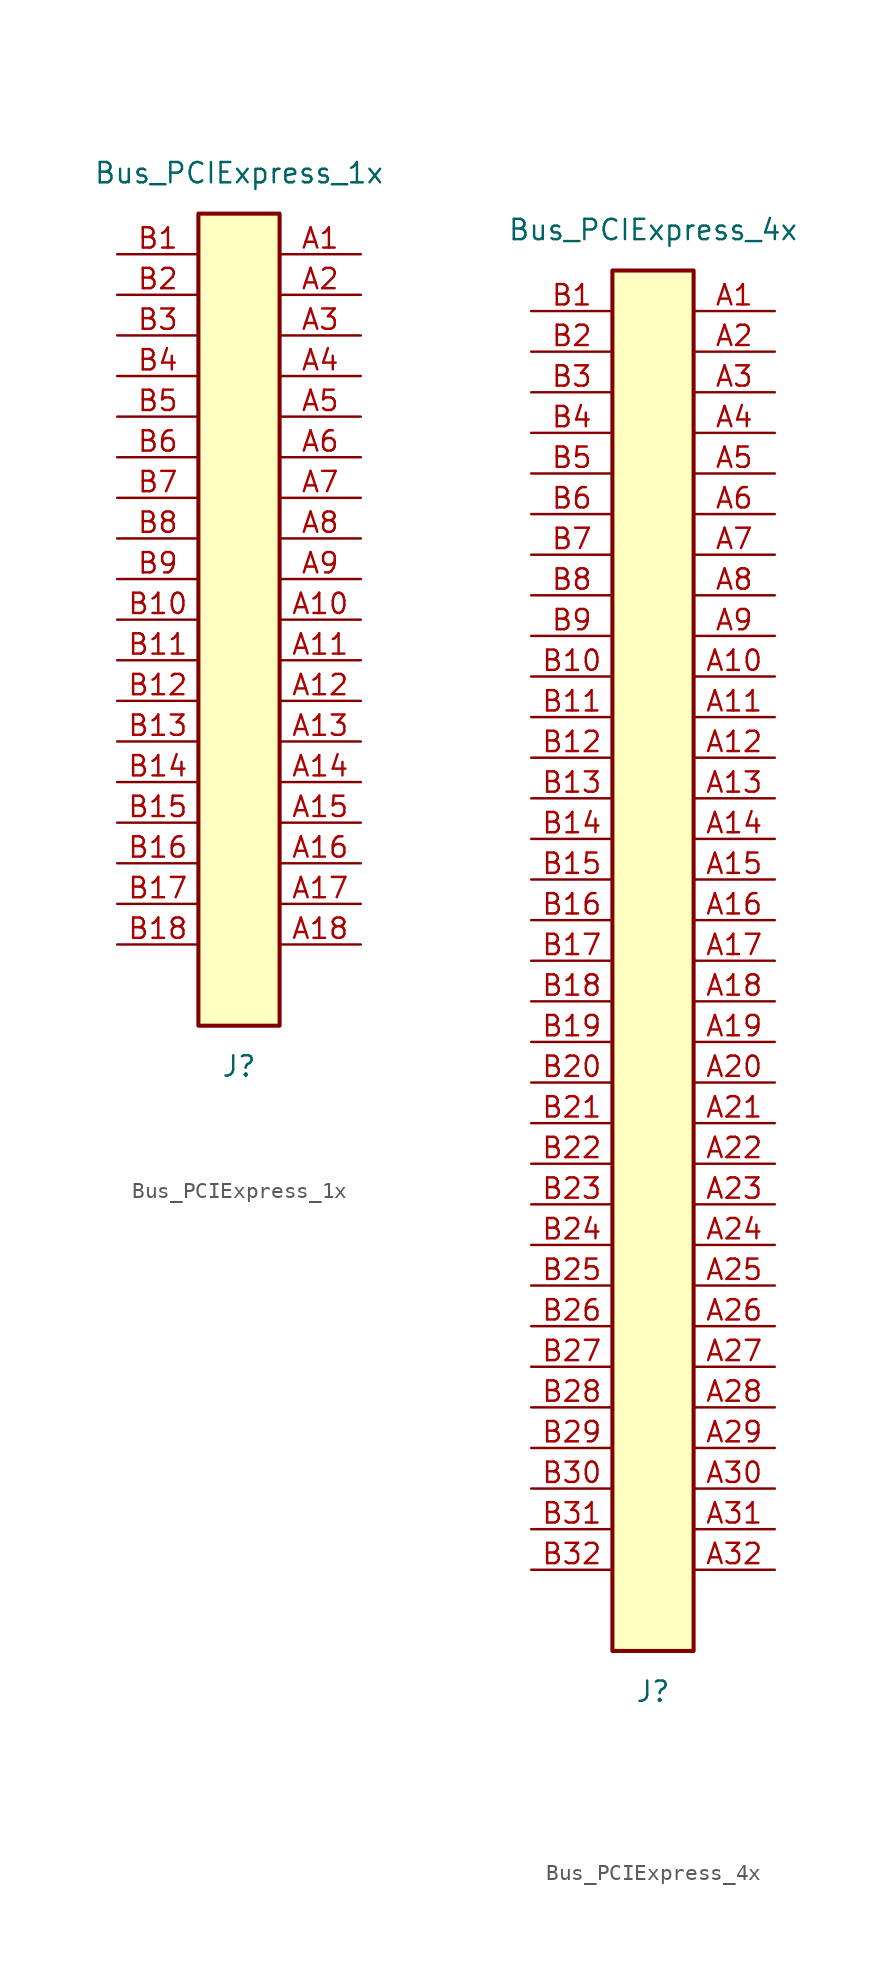
<source format=kicad_sym>
(kicad_symbol_lib
  (version 20211014)
  (generator kicad_symbol_editor)
  (symbol "Bus_PCIExpress_1x"
    (property "Reference" "J"
      (at 0 -27.94 0)
      (effects (font (size 1.27 1.27))))
    (property "Value" "Bus_PCIExpress_1x"
      (at 0 27.94 0)
      (effects (font (size 1.27 1.27))))
    (symbol "Bus_PCIExpress_1x_0_1"
      (rectangle (start -2.54 25.4) (end 2.54 -25.4) (stroke (width 0.254) (type default) (color 0 0 0 0)) (fill (type background))))
    (symbol "Bus_PCIExpress_1x_1_1"
      (pin passive line (at 7.62 22.86 180) (length 5.08) (name "~" (effects (font (size 1.27 1.27)))) (number "A1" (effects (font (size 1.27 1.27)))))
      (pin passive line (at 7.62 0 180) (length 5.08) (name "~" (effects (font (size 1.27 1.27)))) (number "A10" (effects (font (size 1.27 1.27)))))
      (pin passive line (at 7.62 -2.54 180) (length 5.08) (name "~" (effects (font (size 1.27 1.27)))) (number "A11" (effects (font (size 1.27 1.27)))))
      (pin passive line (at 7.62 -5.08 180) (length 5.08) (name "~" (effects (font (size 1.27 1.27)))) (number "A12" (effects (font (size 1.27 1.27)))))
      (pin passive line (at 7.62 -7.62 180) (length 5.08) (name "~" (effects (font (size 1.27 1.27)))) (number "A13" (effects (font (size 1.27 1.27)))))
      (pin passive line (at 7.62 -10.16 180) (length 5.08) (name "~" (effects (font (size 1.27 1.27)))) (number "A14" (effects (font (size 1.27 1.27)))))
      (pin passive line (at 7.62 -12.7 180) (length 5.08) (name "~" (effects (font (size 1.27 1.27)))) (number "A15" (effects (font (size 1.27 1.27)))))
      (pin passive line (at 7.62 -15.24 180) (length 5.08) (name "~" (effects (font (size 1.27 1.27)))) (number "A16" (effects (font (size 1.27 1.27)))))
      (pin passive line (at 7.62 -17.78 180) (length 5.08) (name "~" (effects (font (size 1.27 1.27)))) (number "A17" (effects (font (size 1.27 1.27)))))
      (pin passive line (at 7.62 -20.32 180) (length 5.08) (name "~" (effects (font (size 1.27 1.27)))) (number "A18" (effects (font (size 1.27 1.27)))))
      (pin passive line (at 7.62 20.32 180) (length 5.08) (name "~" (effects (font (size 1.27 1.27)))) (number "A2" (effects (font (size 1.27 1.27)))))
      (pin passive line (at 7.62 17.78 180) (length 5.08) (name "~" (effects (font (size 1.27 1.27)))) (number "A3" (effects (font (size 1.27 1.27)))))
      (pin passive line (at 7.62 15.24 180) (length 5.08) (name "~" (effects (font (size 1.27 1.27)))) (number "A4" (effects (font (size 1.27 1.27)))))
      (pin passive line (at 7.62 12.7 180) (length 5.08) (name "~" (effects (font (size 1.27 1.27)))) (number "A5" (effects (font (size 1.27 1.27)))))
      (pin passive line (at 7.62 10.16 180) (length 5.08) (name "~" (effects (font (size 1.27 1.27)))) (number "A6" (effects (font (size 1.27 1.27)))))
      (pin passive line (at 7.62 7.62 180) (length 5.08) (name "~" (effects (font (size 1.27 1.27)))) (number "A7" (effects (font (size 1.27 1.27)))))
      (pin passive line (at 7.62 5.08 180) (length 5.08) (name "~" (effects (font (size 1.27 1.27)))) (number "A8" (effects (font (size 1.27 1.27)))))
      (pin passive line (at 7.62 2.54 180) (length 5.08) (name "~" (effects (font (size 1.27 1.27)))) (number "A9" (effects (font (size 1.27 1.27)))))
      (pin passive line (at -7.62 22.86 0) (length 5.08) (name "~" (effects (font (size 1.27 1.27)))) (number "B1" (effects (font (size 1.27 1.27)))))
      (pin passive line (at -7.62 0 0) (length 5.08) (name "~" (effects (font (size 1.27 1.27)))) (number "B10" (effects (font (size 1.27 1.27)))))
      (pin passive line (at -7.62 -2.54 0) (length 5.08) (name "~" (effects (font (size 1.27 1.27)))) (number "B11" (effects (font (size 1.27 1.27)))))
      (pin passive line (at -7.62 -5.08 0) (length 5.08) (name "~" (effects (font (size 1.27 1.27)))) (number "B12" (effects (font (size 1.27 1.27)))))
      (pin passive line (at -7.62 -7.62 0) (length 5.08) (name "~" (effects (font (size 1.27 1.27)))) (number "B13" (effects (font (size 1.27 1.27)))))
      (pin passive line (at -7.62 -10.16 0) (length 5.08) (name "~" (effects (font (size 1.27 1.27)))) (number "B14" (effects (font (size 1.27 1.27)))))
      (pin passive line (at -7.62 -12.7 0) (length 5.08) (name "~" (effects (font (size 1.27 1.27)))) (number "B15" (effects (font (size 1.27 1.27)))))
      (pin passive line (at -7.62 -15.24 0) (length 5.08) (name "~" (effects (font (size 1.27 1.27)))) (number "B16" (effects (font (size 1.27 1.27)))))
      (pin passive line (at -7.62 -17.78 0) (length 5.08) (name "~" (effects (font (size 1.27 1.27)))) (number "B17" (effects (font (size 1.27 1.27)))))
      (pin passive line (at -7.62 -20.32 0) (length 5.08) (name "~" (effects (font (size 1.27 1.27)))) (number "B18" (effects (font (size 1.27 1.27)))))
      (pin passive line (at -7.62 20.32 0) (length 5.08) (name "~" (effects (font (size 1.27 1.27)))) (number "B2" (effects (font (size 1.27 1.27)))))
      (pin passive line (at -7.62 17.78 0) (length 5.08) (name "~" (effects (font (size 1.27 1.27)))) (number "B3" (effects (font (size 1.27 1.27)))))
      (pin passive line (at -7.62 15.24 0) (length 5.08) (name "~" (effects (font (size 1.27 1.27)))) (number "B4" (effects (font (size 1.27 1.27)))))
      (pin passive line (at -7.62 12.7 0) (length 5.08) (name "~" (effects (font (size 1.27 1.27)))) (number "B5" (effects (font (size 1.27 1.27)))))
      (pin passive line (at -7.62 10.16 0) (length 5.08) (name "~" (effects (font (size 1.27 1.27)))) (number "B6" (effects (font (size 1.27 1.27)))))
      (pin passive line (at -7.62 7.62 0) (length 5.08) (name "~" (effects (font (size 1.27 1.27)))) (number "B7" (effects (font (size 1.27 1.27)))))
      (pin passive line (at -7.62 5.08 0) (length 5.08) (name "~" (effects (font (size 1.27 1.27)))) (number "B8" (effects (font (size 1.27 1.27)))))
      (pin passive line (at -7.62 2.54 0) (length 5.08) (name "~" (effects (font (size 1.27 1.27)))) (number "B9" (effects (font (size 1.27 1.27)))))))
  (symbol "Bus_PCIExpress_4x"
    (property "Reference" "J"
      (at 0 -45.72 0)
      (effects (font (size 1.27 1.27))))
    (property "Value" "Bus_PCIExpress_4x"
      (at 0 45.72 0)
      (effects (font (size 1.27 1.27))))
    (symbol "Bus_PCIExpress_4x_0_1"
      (rectangle (start -2.54 43.18) (end 2.54 -43.18) (stroke (width 0.254) (type default) (color 0 0 0 0)) (fill (type background))))
    (symbol "Bus_PCIExpress_4x_1_1"
      (pin passive line (at 7.62 40.64 180) (length 5.08) (name "~" (effects (font (size 1.27 1.27)))) (number "A1" (effects (font (size 1.27 1.27)))))
      (pin passive line (at 7.62 17.78 180) (length 5.08) (name "~" (effects (font (size 1.27 1.27)))) (number "A10" (effects (font (size 1.27 1.27)))))
      (pin passive line (at 7.62 15.24 180) (length 5.08) (name "~" (effects (font (size 1.27 1.27)))) (number "A11" (effects (font (size 1.27 1.27)))))
      (pin passive line (at 7.62 12.7 180) (length 5.08) (name "~" (effects (font (size 1.27 1.27)))) (number "A12" (effects (font (size 1.27 1.27)))))
      (pin passive line (at 7.62 10.16 180) (length 5.08) (name "~" (effects (font (size 1.27 1.27)))) (number "A13" (effects (font (size 1.27 1.27)))))
      (pin passive line (at 7.62 7.62 180) (length 5.08) (name "~" (effects (font (size 1.27 1.27)))) (number "A14" (effects (font (size 1.27 1.27)))))
      (pin passive line (at 7.62 5.08 180) (length 5.08) (name "~" (effects (font (size 1.27 1.27)))) (number "A15" (effects (font (size 1.27 1.27)))))
      (pin passive line (at 7.62 2.54 180) (length 5.08) (name "~" (effects (font (size 1.27 1.27)))) (number "A16" (effects (font (size 1.27 1.27)))))
      (pin passive line (at 7.62 0 180) (length 5.08) (name "~" (effects (font (size 1.27 1.27)))) (number "A17" (effects (font (size 1.27 1.27)))))
      (pin passive line (at 7.62 -2.54 180) (length 5.08) (name "~" (effects (font (size 1.27 1.27)))) (number "A18" (effects (font (size 1.27 1.27)))))
      (pin passive line (at 7.62 -5.08 180) (length 5.08) (name "~" (effects (font (size 1.27 1.27)))) (number "A19" (effects (font (size 1.27 1.27)))))
      (pin passive line (at 7.62 38.1 180) (length 5.08) (name "~" (effects (font (size 1.27 1.27)))) (number "A2" (effects (font (size 1.27 1.27)))))
      (pin passive line (at 7.62 -7.62 180) (length 5.08) (name "~" (effects (font (size 1.27 1.27)))) (number "A20" (effects (font (size 1.27 1.27)))))
      (pin passive line (at 7.62 -10.16 180) (length 5.08) (name "~" (effects (font (size 1.27 1.27)))) (number "A21" (effects (font (size 1.27 1.27)))))
      (pin passive line (at 7.62 -12.7 180) (length 5.08) (name "~" (effects (font (size 1.27 1.27)))) (number "A22" (effects (font (size 1.27 1.27)))))
      (pin passive line (at 7.62 -15.24 180) (length 5.08) (name "~" (effects (font (size 1.27 1.27)))) (number "A23" (effects (font (size 1.27 1.27)))))
      (pin passive line (at 7.62 -17.78 180) (length 5.08) (name "~" (effects (font (size 1.27 1.27)))) (number "A24" (effects (font (size 1.27 1.27)))))
      (pin passive line (at 7.62 -20.32 180) (length 5.08) (name "~" (effects (font (size 1.27 1.27)))) (number "A25" (effects (font (size 1.27 1.27)))))
      (pin passive line (at 7.62 -22.86 180) (length 5.08) (name "~" (effects (font (size 1.27 1.27)))) (number "A26" (effects (font (size 1.27 1.27)))))
      (pin passive line (at 7.62 -25.4 180) (length 5.08) (name "~" (effects (font (size 1.27 1.27)))) (number "A27" (effects (font (size 1.27 1.27)))))
      (pin passive line (at 7.62 -27.94 180) (length 5.08) (name "~" (effects (font (size 1.27 1.27)))) (number "A28" (effects (font (size 1.27 1.27)))))
      (pin passive line (at 7.62 -30.48 180) (length 5.08) (name "~" (effects (font (size 1.27 1.27)))) (number "A29" (effects (font (size 1.27 1.27)))))
      (pin passive line (at 7.62 35.56 180) (length 5.08) (name "~" (effects (font (size 1.27 1.27)))) (number "A3" (effects (font (size 1.27 1.27)))))
      (pin passive line (at 7.62 -33.02 180) (length 5.08) (name "~" (effects (font (size 1.27 1.27)))) (number "A30" (effects (font (size 1.27 1.27)))))
      (pin passive line (at 7.62 -35.56 180) (length 5.08) (name "~" (effects (font (size 1.27 1.27)))) (number "A31" (effects (font (size 1.27 1.27)))))
      (pin passive line (at 7.62 -38.1 180) (length 5.08) (name "~" (effects (font (size 1.27 1.27)))) (number "A32" (effects (font (size 1.27 1.27)))))
      (pin passive line (at 7.62 33.02 180) (length 5.08) (name "~" (effects (font (size 1.27 1.27)))) (number "A4" (effects (font (size 1.27 1.27)))))
      (pin passive line (at 7.62 30.48 180) (length 5.08) (name "~" (effects (font (size 1.27 1.27)))) (number "A5" (effects (font (size 1.27 1.27)))))
      (pin passive line (at 7.62 27.94 180) (length 5.08) (name "~" (effects (font (size 1.27 1.27)))) (number "A6" (effects (font (size 1.27 1.27)))))
      (pin passive line (at 7.62 25.4 180) (length 5.08) (name "~" (effects (font (size 1.27 1.27)))) (number "A7" (effects (font (size 1.27 1.27)))))
      (pin passive line (at 7.62 22.86 180) (length 5.08) (name "~" (effects (font (size 1.27 1.27)))) (number "A8" (effects (font (size 1.27 1.27)))))
      (pin passive line (at 7.62 20.32 180) (length 5.08) (name "~" (effects (font (size 1.27 1.27)))) (number "A9" (effects (font (size 1.27 1.27)))))
      (pin passive line (at -7.62 40.64 0) (length 5.08) (name "~" (effects (font (size 1.27 1.27)))) (number "B1" (effects (font (size 1.27 1.27)))))
      (pin passive line (at -7.62 17.78 0) (length 5.08) (name "~" (effects (font (size 1.27 1.27)))) (number "B10" (effects (font (size 1.27 1.27)))))
      (pin passive line (at -7.62 15.24 0) (length 5.08) (name "~" (effects (font (size 1.27 1.27)))) (number "B11" (effects (font (size 1.27 1.27)))))
      (pin passive line (at -7.62 12.7 0) (length 5.08) (name "~" (effects (font (size 1.27 1.27)))) (number "B12" (effects (font (size 1.27 1.27)))))
      (pin passive line (at -7.62 10.16 0) (length 5.08) (name "~" (effects (font (size 1.27 1.27)))) (number "B13" (effects (font (size 1.27 1.27)))))
      (pin passive line (at -7.62 7.62 0) (length 5.08) (name "~" (effects (font (size 1.27 1.27)))) (number "B14" (effects (font (size 1.27 1.27)))))
      (pin passive line (at -7.62 5.08 0) (length 5.08) (name "~" (effects (font (size 1.27 1.27)))) (number "B15" (effects (font (size 1.27 1.27)))))
      (pin passive line (at -7.62 2.54 0) (length 5.08) (name "~" (effects (font (size 1.27 1.27)))) (number "B16" (effects (font (size 1.27 1.27)))))
      (pin passive line (at -7.62 0 0) (length 5.08) (name "~" (effects (font (size 1.27 1.27)))) (number "B17" (effects (font (size 1.27 1.27)))))
      (pin passive line (at -7.62 -2.54 0) (length 5.08) (name "~" (effects (font (size 1.27 1.27)))) (number "B18" (effects (font (size 1.27 1.27)))))
      (pin passive line (at -7.62 -5.08 0) (length 5.08) (name "~" (effects (font (size 1.27 1.27)))) (number "B19" (effects (font (size 1.27 1.27)))))
      (pin passive line (at -7.62 38.1 0) (length 5.08) (name "~" (effects (font (size 1.27 1.27)))) (number "B2" (effects (font (size 1.27 1.27)))))
      (pin passive line (at -7.62 -7.62 0) (length 5.08) (name "~" (effects (font (size 1.27 1.27)))) (number "B20" (effects (font (size 1.27 1.27)))))
      (pin passive line (at -7.62 -10.16 0) (length 5.08) (name "~" (effects (font (size 1.27 1.27)))) (number "B21" (effects (font (size 1.27 1.27)))))
      (pin passive line (at -7.62 -12.7 0) (length 5.08) (name "~" (effects (font (size 1.27 1.27)))) (number "B22" (effects (font (size 1.27 1.27)))))
      (pin passive line (at -7.62 -15.24 0) (length 5.08) (name "~" (effects (font (size 1.27 1.27)))) (number "B23" (effects (font (size 1.27 1.27)))))
      (pin passive line (at -7.62 -17.78 0) (length 5.08) (name "~" (effects (font (size 1.27 1.27)))) (number "B24" (effects (font (size 1.27 1.27)))))
      (pin passive line (at -7.62 -20.32 0) (length 5.08) (name "~" (effects (font (size 1.27 1.27)))) (number "B25" (effects (font (size 1.27 1.27)))))
      (pin passive line (at -7.62 -22.86 0) (length 5.08) (name "~" (effects (font (size 1.27 1.27)))) (number "B26" (effects (font (size 1.27 1.27)))))
      (pin passive line (at -7.62 -25.4 0) (length 5.08) (name "~" (effects (font (size 1.27 1.27)))) (number "B27" (effects (font (size 1.27 1.27)))))
      (pin passive line (at -7.62 -27.94 0) (length 5.08) (name "~" (effects (font (size 1.27 1.27)))) (number "B28" (effects (font (size 1.27 1.27)))))
      (pin passive line (at -7.62 -30.48 0) (length 5.08) (name "~" (effects (font (size 1.27 1.27)))) (number "B29" (effects (font (size 1.27 1.27)))))
      (pin passive line (at -7.62 35.56 0) (length 5.08) (name "~" (effects (font (size 1.27 1.27)))) (number "B3" (effects (font (size 1.27 1.27)))))
      (pin passive line (at -7.62 -33.02 0) (length 5.08) (name "~" (effects (font (size 1.27 1.27)))) (number "B30" (effects (font (size 1.27 1.27)))))
      (pin passive line (at -7.62 -35.56 0) (length 5.08) (name "~" (effects (font (size 1.27 1.27)))) (number "B31" (effects (font (size 1.27 1.27)))))
      (pin passive line (at -7.62 -38.1 0) (length 5.08) (name "~" (effects (font (size 1.27 1.27)))) (number "B32" (effects (font (size 1.27 1.27)))))
      (pin passive line (at -7.62 33.02 0) (length 5.08) (name "~" (effects (font (size 1.27 1.27)))) (number "B4" (effects (font (size 1.27 1.27)))))
      (pin passive line (at -7.62 30.48 0) (length 5.08) (name "~" (effects (font (size 1.27 1.27)))) (number "B5" (effects (font (size 1.27 1.27)))))
      (pin passive line (at -7.62 27.94 0) (length 5.08) (name "~" (effects (font (size 1.27 1.27)))) (number "B6" (effects (font (size 1.27 1.27)))))
      (pin passive line (at -7.62 25.4 0) (length 5.08) (name "~" (effects (font (size 1.27 1.27)))) (number "B7" (effects (font (size 1.27 1.27)))))
      (pin passive line (at -7.62 22.86 0) (length 5.08) (name "~" (effects (font (size 1.27 1.27)))) (number "B8" (effects (font (size 1.27 1.27)))))
      (pin passive line (at -7.62 20.32 0) (length 5.08) (name "~" (effects (font (size 1.27 1.27)))) (number "B9" (effects (font (size 1.27 1.27))))))))
</source>
